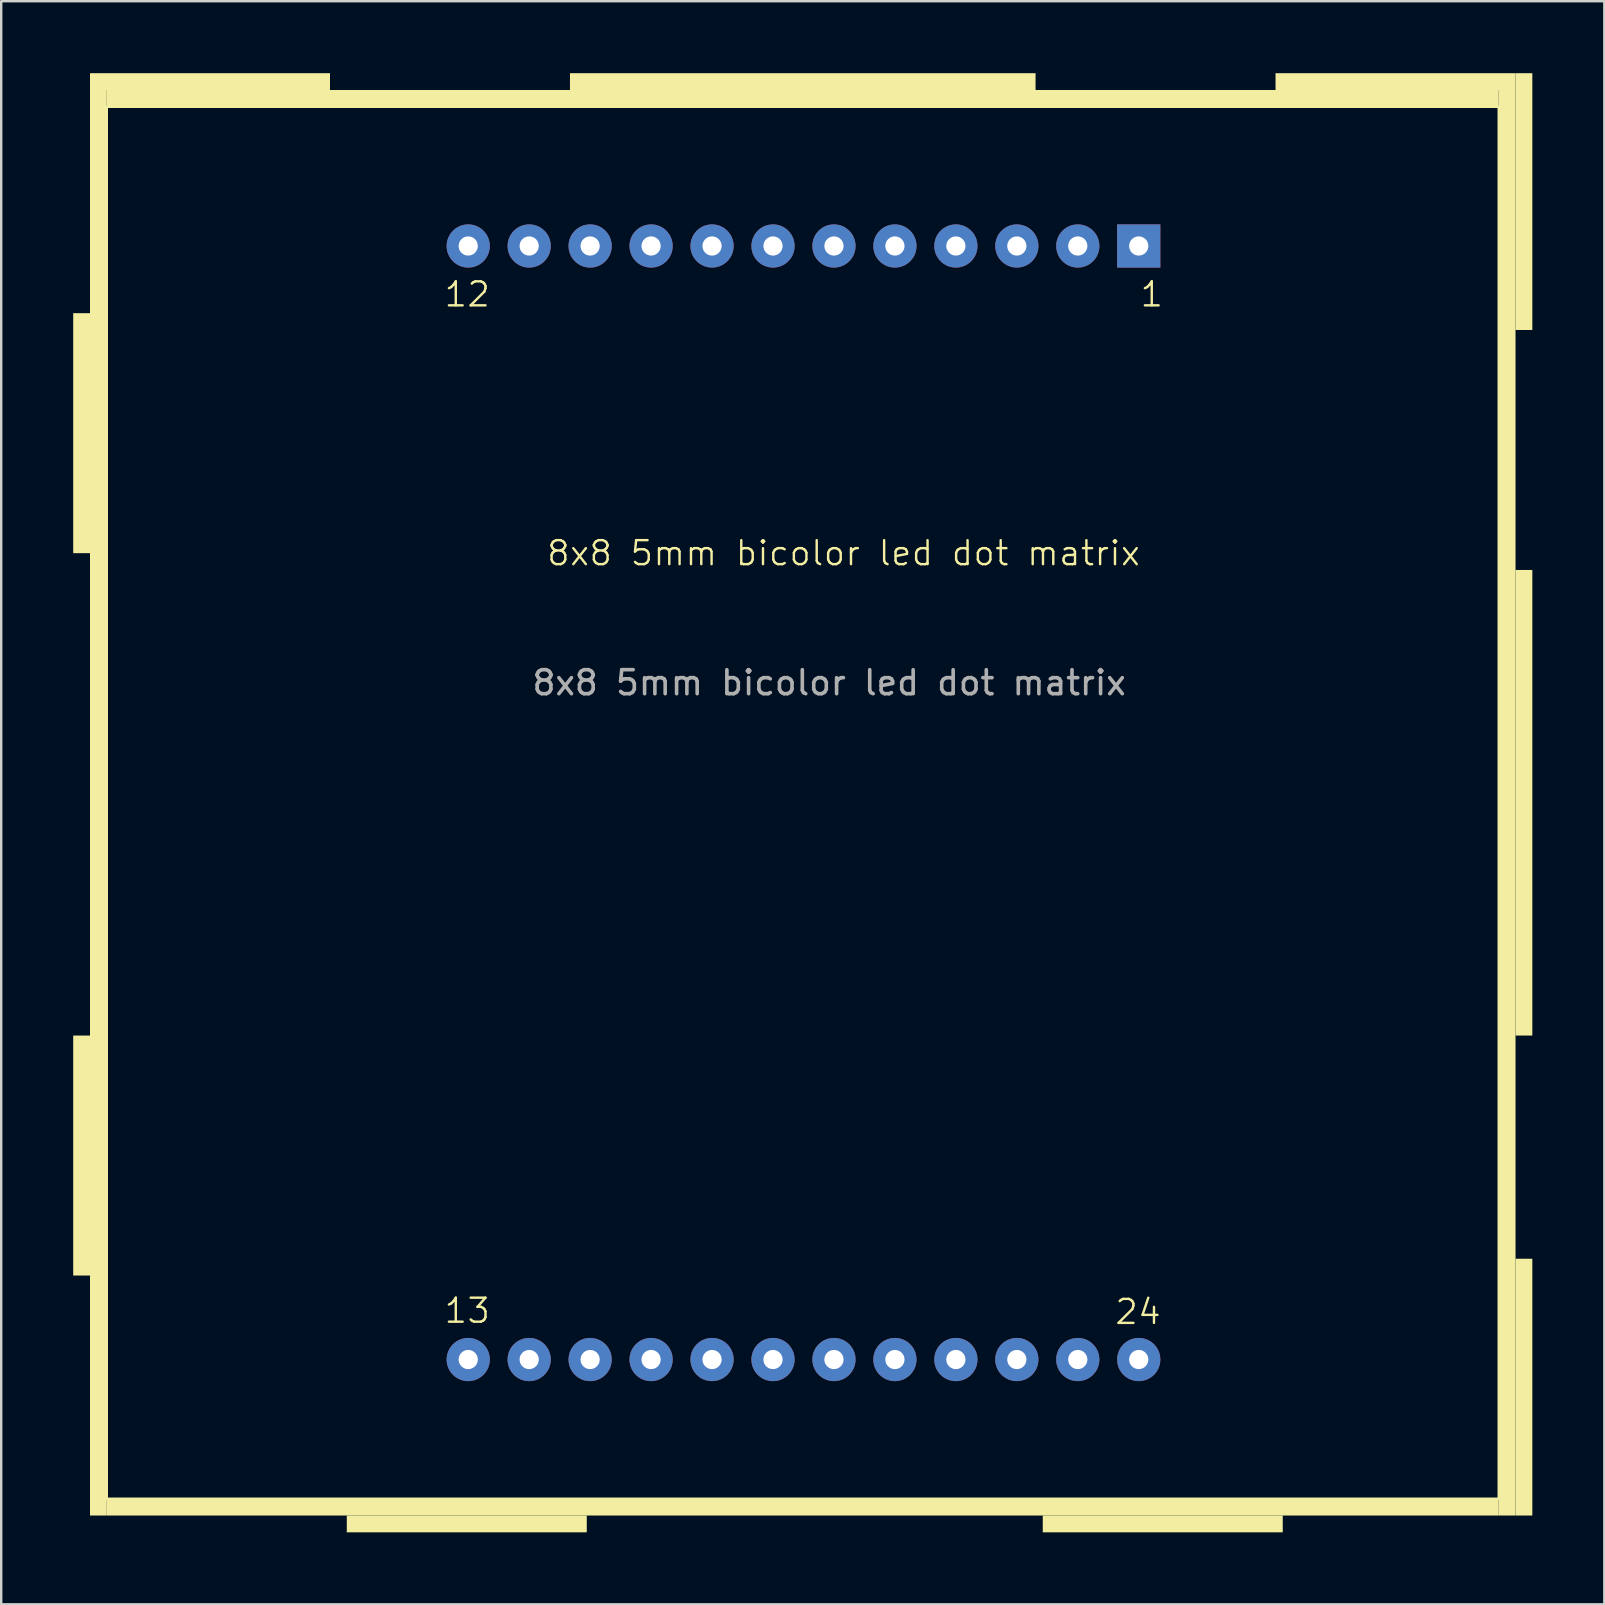
<source format=kicad_pcb>
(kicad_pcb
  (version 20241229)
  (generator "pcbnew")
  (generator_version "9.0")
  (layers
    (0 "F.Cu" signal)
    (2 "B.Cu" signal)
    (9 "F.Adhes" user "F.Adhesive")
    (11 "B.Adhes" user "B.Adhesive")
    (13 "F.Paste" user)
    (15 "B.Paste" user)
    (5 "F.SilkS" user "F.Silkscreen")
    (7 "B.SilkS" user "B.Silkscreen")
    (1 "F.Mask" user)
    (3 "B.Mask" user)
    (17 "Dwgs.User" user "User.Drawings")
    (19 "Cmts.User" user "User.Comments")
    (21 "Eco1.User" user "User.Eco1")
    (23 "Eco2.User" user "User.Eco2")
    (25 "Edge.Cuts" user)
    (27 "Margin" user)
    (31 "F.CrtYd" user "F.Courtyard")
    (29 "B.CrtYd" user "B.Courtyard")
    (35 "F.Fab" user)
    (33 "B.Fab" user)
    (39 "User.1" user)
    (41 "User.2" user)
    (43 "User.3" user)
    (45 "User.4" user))
  (footprint "8x8 5mm bicolor led dot matrix"
    (layer "F.Cu")
    (at 1.4 1.4)
    (property "Reference" "8x8 5mm bicolor led dot matrix" (at 30.7 18.6 0) (unlocked yes) (layer "F.SilkS") (effects (font (size 1 1) (thickness 0.1))))
    (attr through_hole)
    (fp_rect (start -1.4 8.6) (end -0.7 18.6) (stroke (width 0) (type solid)) (fill yes) (layer "F.SilkS"))
    (fp_rect (start -1.4 38.7) (end -0.7 48.7) (stroke (width 0) (type solid)) (fill yes) (layer "F.SilkS"))
    (fp_rect (start -0.7 -1.4) (end 9.3 -0.7) (stroke (width 0) (type solid)) (fill yes) (layer "F.SilkS"))
    (fp_rect (start -0.7 -0.7) (end 0 58.7) (stroke (width 0) (type solid)) (fill yes) (layer "F.SilkS"))
    (fp_rect (start 0 -0.7) (end 58 0) (stroke (width 0) (type solid)) (fill yes) (layer "F.SilkS"))
    (fp_rect (start 0 58) (end 58 0) (stroke (width 0.1) (type default)) (fill no) (layer "F.SilkS"))
    (fp_rect (start 0 58) (end 58 58.7) (stroke (width 0) (type solid)) (fill yes) (layer "F.SilkS"))
    (fp_rect (start 10 58.7) (end 20 59.4) (stroke (width 0) (type solid)) (fill yes) (layer "F.SilkS"))
    (fp_rect (start 19.3 -1.4) (end 38.7 -0.7) (stroke (width 0) (type solid)) (fill yes) (layer "F.SilkS"))
    (fp_rect (start 39 58.7) (end 49 59.4) (stroke (width 0) (type solid)) (fill yes) (layer "F.SilkS"))
    (fp_rect (start 48.7 -1.4) (end 58.7 -0.7) (stroke (width 0) (type solid)) (fill yes) (layer "F.SilkS"))
    (fp_rect (start 58 -0.7) (end 58.7 58.7) (stroke (width 0) (type solid)) (fill yes) (layer "F.SilkS"))
    (fp_rect (start 58.7 -1.4) (end 59.4 9.3) (stroke (width 0) (type solid)) (fill yes) (layer "F.SilkS"))
    (fp_rect (start 58.7 19.3) (end 59.4 38.7) (stroke (width 0) (type solid)) (fill yes) (layer "F.SilkS"))
    (fp_rect (start 58.7 48) (end 59.4 58.7) (stroke (width 0) (type solid)) (fill yes) (layer "F.SilkS"))
    (fp_text user "1" (at 43 8.4 0) (unlocked yes) (layer "F.SilkS") (effects (font (size 1 1) (thickness 0.1)) (justify left bottom)))
    (fp_text user "12" (at 14 8.4 0) (unlocked yes) (layer "F.SilkS") (effects (font (size 1 1) (thickness 0.1)) (justify left bottom)))
    (fp_text user "13" (at 14 50.75 0) (unlocked yes) (layer "F.SilkS") (effects (font (size 1 1) (thickness 0.1)) (justify left bottom)))
    (fp_text user "24" (at 41.95 50.8 0) (unlocked yes) (layer "F.SilkS") (effects (font (size 1 1) (thickness 0.1)) (justify left bottom)))
    (fp_text user "${REFERENCE}" (at 30.1 24 0) (unlocked yes) (layer "F.Fab") (effects (font (size 1 1) (thickness 0.15))))
    (pad "1" thru_hole rect (at 43 5.8) (size 1.8 1.8) (drill 0.8) (layers "*.Cu" "*.Mask"))
    (pad "2" thru_hole circle (at 40.46 5.8) (size 1.8 1.8) (drill 0.8) (layers "*.Cu" "*.Mask"))
    (pad "3" thru_hole circle (at 37.92 5.8) (size 1.8 1.8) (drill 0.8) (layers "*.Cu" "*.Mask"))
    (pad "4" thru_hole circle (at 35.38 5.8) (size 1.8 1.8) (drill 0.8) (layers "*.Cu" "*.Mask"))
    (pad "5" thru_hole circle (at 32.84 5.8) (size 1.8 1.8) (drill 0.8) (layers "*.Cu" "*.Mask"))
    (pad "6" thru_hole circle (at 30.3 5.8) (size 1.8 1.8) (drill 0.8) (layers "*.Cu" "*.Mask"))
    (pad "7" thru_hole circle (at 27.76 5.8) (size 1.8 1.8) (drill 0.8) (layers "*.Cu" "*.Mask"))
    (pad "8" thru_hole circle (at 25.22 5.8) (size 1.8 1.8) (drill 0.8) (layers "*.Cu" "*.Mask"))
    (pad "9" thru_hole circle (at 22.68 5.8) (size 1.8 1.8) (drill 0.8) (layers "*.Cu" "*.Mask"))
    (pad "10" thru_hole circle (at 20.14 5.8) (size 1.8 1.8) (drill 0.8) (layers "*.Cu" "*.Mask"))
    (pad "11" thru_hole circle (at 17.6 5.8) (size 1.8 1.8) (drill 0.8) (layers "*.Cu" "*.Mask"))
    (pad "12" thru_hole circle (at 15.06 5.8) (size 1.8 1.8) (drill 0.8) (layers "*.Cu" "*.Mask"))
    (pad "13" thru_hole circle (at 15.06 52.2) (size 1.8 1.8) (drill 0.8) (layers "*.Cu" "*.Mask"))
    (pad "14" thru_hole circle (at 17.6 52.2) (size 1.8 1.8) (drill 0.8) (layers "*.Cu" "*.Mask"))
    (pad "15" thru_hole circle (at 20.14 52.2) (size 1.8 1.8) (drill 0.8) (layers "*.Cu" "*.Mask"))
    (pad "16" thru_hole circle (at 22.68 52.2) (size 1.8 1.8) (drill 0.8) (layers "*.Cu" "*.Mask"))
    (pad "17" thru_hole circle (at 25.22 52.2) (size 1.8 1.8) (drill 0.8) (layers "*.Cu" "*.Mask"))
    (pad "18" thru_hole circle (at 27.76 52.2) (size 1.8 1.8) (drill 0.8) (layers "*.Cu" "*.Mask"))
    (pad "19" thru_hole circle (at 30.3 52.2) (size 1.8 1.8) (drill 0.8) (layers "*.Cu" "*.Mask"))
    (pad "20" thru_hole circle (at 32.84 52.2) (size 1.8 1.8) (drill 0.8) (layers "*.Cu" "*.Mask"))
    (pad "21" thru_hole circle (at 35.38 52.2) (size 1.8 1.8) (drill 0.8) (layers "*.Cu" "*.Mask"))
    (pad "22" thru_hole circle (at 37.92 52.2) (size 1.8 1.8) (drill 0.8) (layers "*.Cu" "*.Mask"))
    (pad "23" thru_hole circle (at 40.46 52.2) (size 1.8 1.8) (drill 0.8) (layers "*.Cu" "*.Mask"))
    (pad "24" thru_hole circle (at 43 52.2) (size 1.8 1.8) (drill 0.8) (layers "*.Cu" "*.Mask")))
  (gr_rect
    (start -3 -3)
    (end 63.8 63.8)
    (stroke (width 0.1) (type default))
    (fill no)
    (layer "Edge.Cuts")))
</source>
